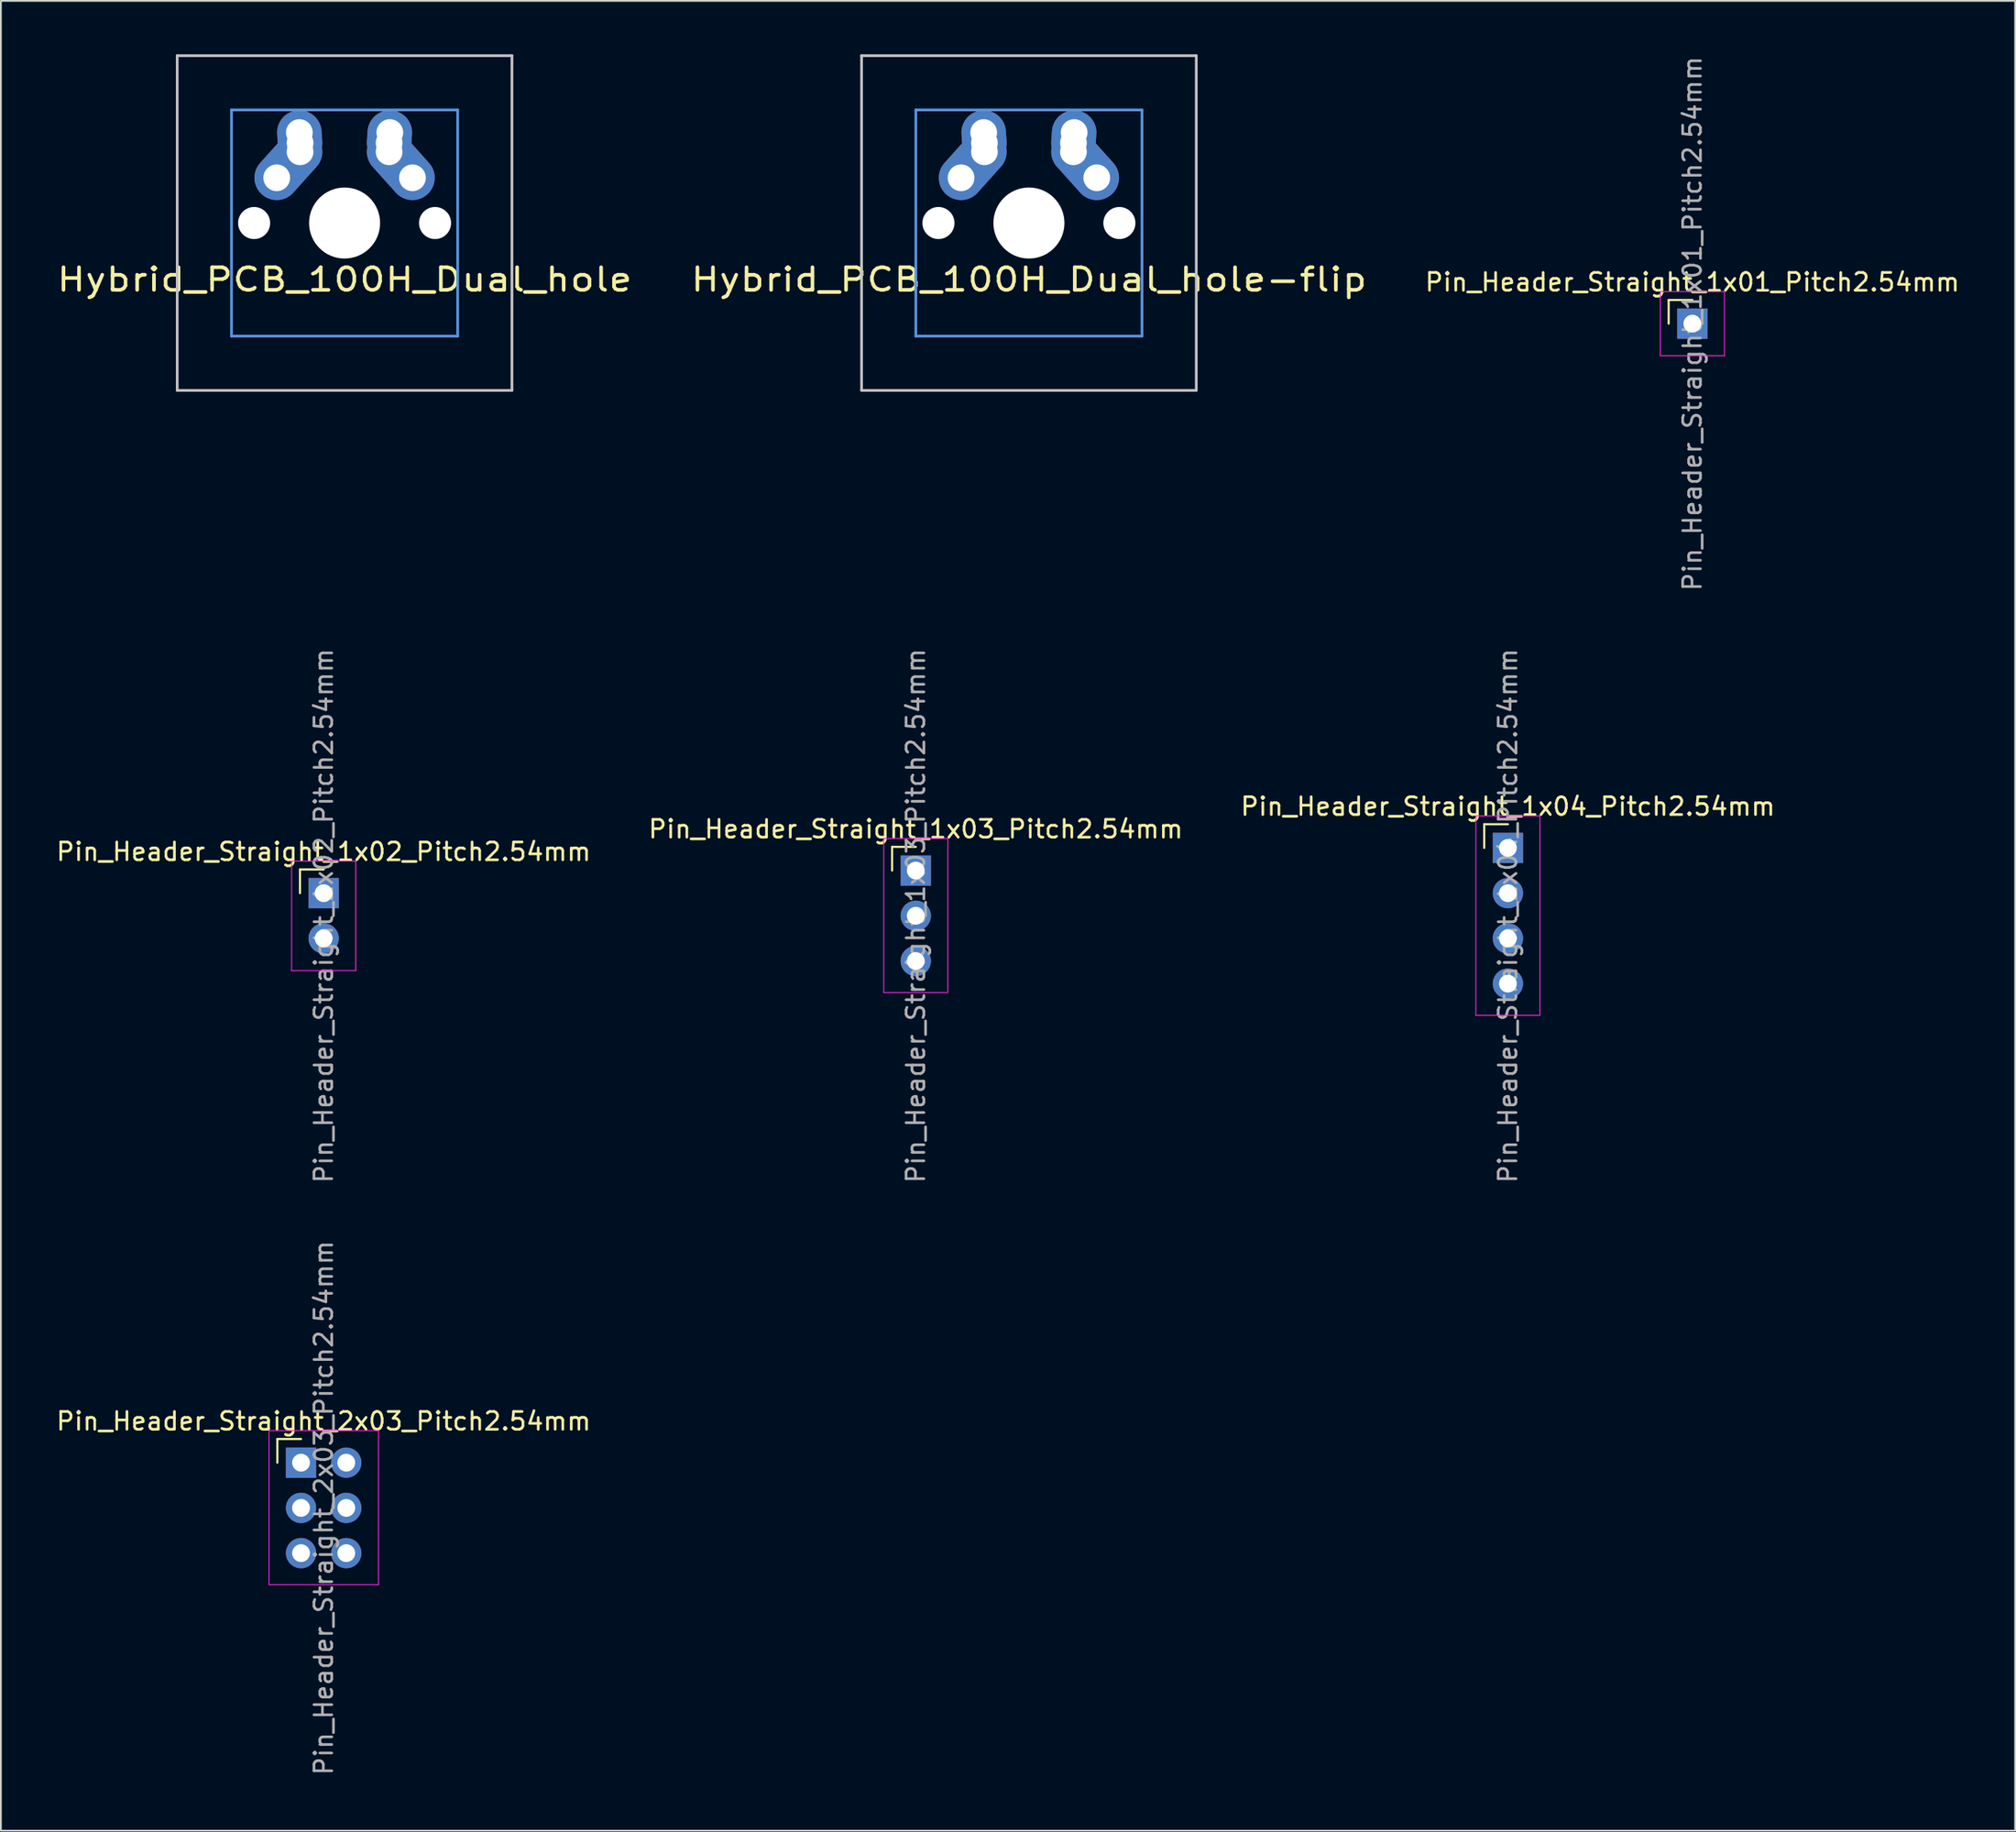
<source format=kicad_pcb>
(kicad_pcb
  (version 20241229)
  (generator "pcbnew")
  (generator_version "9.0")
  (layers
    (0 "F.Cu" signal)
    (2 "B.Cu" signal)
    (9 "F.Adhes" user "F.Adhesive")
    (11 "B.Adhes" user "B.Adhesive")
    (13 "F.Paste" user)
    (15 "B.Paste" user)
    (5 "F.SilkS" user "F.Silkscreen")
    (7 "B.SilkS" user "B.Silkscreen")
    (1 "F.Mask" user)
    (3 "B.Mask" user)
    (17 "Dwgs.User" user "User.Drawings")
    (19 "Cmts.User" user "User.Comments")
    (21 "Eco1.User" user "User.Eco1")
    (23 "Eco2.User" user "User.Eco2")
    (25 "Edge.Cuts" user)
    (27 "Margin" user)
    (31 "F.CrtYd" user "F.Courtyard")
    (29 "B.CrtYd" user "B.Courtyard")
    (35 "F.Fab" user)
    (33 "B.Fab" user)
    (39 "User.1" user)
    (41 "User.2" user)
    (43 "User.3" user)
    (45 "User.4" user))
  (footprint "Pin_Header_Straight_1x02_Pitch2.54mm"
    (layer "F.Cu")
    (at 15.125 47.105)
    (property "Reference" "Pin_Header_Straight_1x02_Pitch2.54mm" (at 0 -2.33 0) (layer "F.SilkS") (effects (font (size 1 1) (thickness 0.15))))
    (attr through_hole)
    (fp_line (start -1.33 -1.33) (end 0 -1.33) (stroke (width 0.12) (type solid)) (layer "F.SilkS"))
    (fp_line (start -1.33 0) (end -1.33 -1.33) (stroke (width 0.12) (type solid)) (layer "F.SilkS"))
    (fp_line (start -1.8 -1.8) (end -1.8 4.35) (stroke (width 0.05) (type solid)) (layer "F.CrtYd"))
    (fp_line (start -1.8 4.35) (end 1.8 4.35) (stroke (width 0.05) (type solid)) (layer "F.CrtYd"))
    (fp_line (start 1.8 -1.8) (end -1.8 -1.8) (stroke (width 0.05) (type solid)) (layer "F.CrtYd"))
    (fp_line (start 1.8 4.35) (end 1.8 -1.8) (stroke (width 0.05) (type solid)) (layer "F.CrtYd"))
    (fp_text user "${REFERENCE}" (at 0 1.27 90) (layer "F.Fab") (effects (font (size 1 1) (thickness 0.15))))
    (pad "1" thru_hole rect (at 0 0) (size 1.7 1.7) (drill 1) (layers "*.Cu" "*.Mask"))
    (pad "2" thru_hole oval (at 0 2.54) (size 1.7 1.7) (drill 1) (layers "*.Cu" "*.Mask")))
  (footprint "Pin_Header_Straight_1x03_Pitch2.54mm"
    (layer "F.Cu")
    (at 48.375 45.835)
    (property "Reference" "Pin_Header_Straight_1x03_Pitch2.54mm" (at 0 -2.33 0) (layer "F.SilkS") (effects (font (size 1 1) (thickness 0.15))))
    (attr through_hole)
    (fp_line (start -1.33 -1.33) (end 0 -1.33) (stroke (width 0.12) (type solid)) (layer "F.SilkS"))
    (fp_line (start -1.33 0) (end -1.33 -1.33) (stroke (width 0.12) (type solid)) (layer "F.SilkS"))
    (fp_line (start -1.8 -1.8) (end -1.8 6.85) (stroke (width 0.05) (type solid)) (layer "F.CrtYd"))
    (fp_line (start -1.8 6.85) (end 1.8 6.85) (stroke (width 0.05) (type solid)) (layer "F.CrtYd"))
    (fp_line (start 1.8 -1.8) (end -1.8 -1.8) (stroke (width 0.05) (type solid)) (layer "F.CrtYd"))
    (fp_line (start 1.8 6.85) (end 1.8 -1.8) (stroke (width 0.05) (type solid)) (layer "F.CrtYd"))
    (fp_text user "${REFERENCE}" (at 0 2.54 90) (layer "F.Fab") (effects (font (size 1 1) (thickness 0.15))))
    (pad "1" thru_hole rect (at 0 0) (size 1.7 1.7) (drill 1) (layers "*.Cu" "*.Mask"))
    (pad "2" thru_hole oval (at 0 2.54) (size 1.7 1.7) (drill 1) (layers "*.Cu" "*.Mask"))
    (pad "3" thru_hole oval (at 0 5.08) (size 1.7 1.7) (drill 1) (layers "*.Cu" "*.Mask")))
  (footprint "Pin_Header_Straight_2x03_Pitch2.54mm"
    (layer "F.Cu")
    (at 13.855 79.085)
    (property "Reference" "Pin_Header_Straight_2x03_Pitch2.54mm" (at 1.27 -2.33 0) (layer "F.SilkS") (effects (font (size 1 1) (thickness 0.15))))
    (attr through_hole)
    (fp_line (start -1.33 -1.33) (end 0 -1.33) (stroke (width 0.12) (type solid)) (layer "F.SilkS"))
    (fp_line (start -1.33 0) (end -1.33 -1.33) (stroke (width 0.12) (type solid)) (layer "F.SilkS"))
    (fp_line (start -1.8 -1.8) (end -1.8 6.85) (stroke (width 0.05) (type solid)) (layer "F.CrtYd"))
    (fp_line (start -1.8 6.85) (end 4.35 6.85) (stroke (width 0.05) (type solid)) (layer "F.CrtYd"))
    (fp_line (start 4.35 -1.8) (end -1.8 -1.8) (stroke (width 0.05) (type solid)) (layer "F.CrtYd"))
    (fp_line (start 4.35 6.85) (end 4.35 -1.8) (stroke (width 0.05) (type solid)) (layer "F.CrtYd"))
    (fp_text user "${REFERENCE}" (at 1.27 2.54 90) (layer "F.Fab") (effects (font (size 1 1) (thickness 0.15))))
    (pad "1" thru_hole rect (at 0 0) (size 1.7 1.7) (drill 1) (layers "*.Cu" "*.Mask"))
    (pad "2" thru_hole oval (at 2.54 0) (size 1.7 1.7) (drill 1) (layers "*.Cu" "*.Mask"))
    (pad "3" thru_hole oval (at 0 2.54) (size 1.7 1.7) (drill 1) (layers "*.Cu" "*.Mask"))
    (pad "4" thru_hole oval (at 2.54 2.54) (size 1.7 1.7) (drill 1) (layers "*.Cu" "*.Mask"))
    (pad "5" thru_hole oval (at 0 5.08) (size 1.7 1.7) (drill 1) (layers "*.Cu" "*.Mask"))
    (pad "6" thru_hole oval (at 2.54 5.08) (size 1.7 1.7) (drill 1) (layers "*.Cu" "*.Mask")))
  (footprint "Pin_Header_Straight_1x01_Pitch2.54mm"
    (layer "F.Cu")
    (at 91.984 15.125)
    (property "Reference" "Pin_Header_Straight_1x01_Pitch2.54mm" (at 0 -2.33 0) (layer "F.SilkS") (effects (font (size 1 1) (thickness 0.15))))
    (attr through_hole)
    (fp_line (start -1.33 -1.33) (end 0 -1.33) (stroke (width 0.12) (type solid)) (layer "F.SilkS"))
    (fp_line (start -1.33 0) (end -1.33 -1.33) (stroke (width 0.12) (type solid)) (layer "F.SilkS"))
    (fp_line (start -1.8 -1.8) (end -1.8 1.8) (stroke (width 0.05) (type solid)) (layer "F.CrtYd"))
    (fp_line (start -1.8 1.8) (end 1.8 1.8) (stroke (width 0.05) (type solid)) (layer "F.CrtYd"))
    (fp_line (start 1.8 -1.8) (end -1.8 -1.8) (stroke (width 0.05) (type solid)) (layer "F.CrtYd"))
    (fp_line (start 1.8 1.8) (end 1.8 -1.8) (stroke (width 0.05) (type solid)) (layer "F.CrtYd"))
    (fp_text user "${REFERENCE}" (at 0 0 90) (layer "F.Fab") (effects (font (size 1 1) (thickness 0.15))))
    (pad "1" thru_hole rect (at 0 0) (size 1.7 1.7) (drill 1) (layers "*.Cu" "*.Mask")))
  (footprint "Hybrid_PCB_100H_Dual_hole-flip"
    (layer "F.Cu")
    (at 54.729 9.474)
    (property "Reference" "Hybrid_PCB_100H_Dual_hole-flip" (at 0 3.175 0) (layer "F.SilkS") (effects (font (size 1.27 1.524) (thickness 0.203))))
    (attr through_hole)
    (fp_line (start -9.398 -9.398) (end 9.398 -9.398) (stroke (width 0.152) (type solid)) (layer "Dwgs.User"))
    (fp_line (start -9.398 9.398) (end -9.398 -9.398) (stroke (width 0.152) (type solid)) (layer "Dwgs.User"))
    (fp_line (start 9.398 -9.398) (end 9.398 9.398) (stroke (width 0.152) (type solid)) (layer "Dwgs.User"))
    (fp_line (start 9.398 9.398) (end -9.398 9.398) (stroke (width 0.152) (type solid)) (layer "Dwgs.User"))
    (fp_line (start -6.35 -6.35) (end 6.35 -6.35) (stroke (width 0.152) (type solid)) (layer "Cmts.User"))
    (fp_line (start -6.35 6.35) (end -6.35 -6.35) (stroke (width 0.152) (type solid)) (layer "Cmts.User"))
    (fp_line (start 6.35 -6.35) (end 6.35 6.35) (stroke (width 0.152) (type solid)) (layer "Cmts.User"))
    (fp_line (start 6.35 6.35) (end -6.35 6.35) (stroke (width 0.152) (type solid)) (layer "Cmts.User"))
    (fp_line (start -6.985 -6.985) (end 6.985 -6.985) (stroke (width 0.152) (type solid)) (layer "Eco2.User"))
    (fp_line (start -6.985 6.985) (end -6.985 -6.985) (stroke (width 0.152) (type solid)) (layer "Eco2.User"))
    (fp_line (start 6.985 -6.985) (end 6.985 6.985) (stroke (width 0.152) (type solid)) (layer "Eco2.User"))
    (fp_line (start 6.985 6.985) (end -6.985 6.985) (stroke (width 0.152) (type solid)) (layer "Eco2.User"))
    (pad "" np_thru_hole circle (at -5.08 0) (size 1.8 1.8) (drill 1.8) (layers "*.Cu"))
    (pad "" np_thru_hole circle (at 0 0) (size 3.988 3.988) (drill 3.988) (layers "*.Cu"))
    (pad "" np_thru_hole circle (at 5.08 0) (size 1.8 1.8) (drill 1.8) (layers "*.Cu"))
    (pad "1" thru_hole circle (at 2.5 -4.5 330.95) (size 2 2) (drill 1.5) (layers "*.Cu" "*.Mask"))
    (pad "1" thru_hole circle (at 2.5 -4) (size 2 2) (drill 1.5) (layers "*.Cu" "*.Mask"))
    (pad "1" smd oval (at 2.52 -4.79 356.055) (size 2.5 3.081) (layers "F.Cu" "F.Mask" "F.Paste"))
    (pad "1" smd oval (at 2.52 -4.79 356.055) (size 2.5 3.081) (layers "B.Cu" "B.Mask" "B.Paste"))
    (pad "1" thru_hole circle (at 2.54 -5.08 330.95) (size 2 2) (drill 1.5) (layers "*.Cu" "*.Mask"))
    (pad "1" smd oval (at 3.155 -3.27 221.9) (size 2.5 4.462) (layers "F.Cu" "F.Mask" "F.Paste"))
    (pad "1" smd oval (at 3.155 -3.27 221.9) (size 2.5 4.462) (layers "B.Cu" "B.Mask" "B.Paste"))
    (pad "1" thru_hole circle (at 3.81 -2.54 330.95) (size 2 2) (drill 1.5) (layers "*.Cu" "*.Mask"))
    (pad "2" thru_hole circle (at -3.81 -2.54 330.95) (size 2 2) (drill 1.5) (layers "*.Cu" "*.Mask"))
    (pad "2" smd oval (at -3.155 -3.27 138.1) (size 2.5 4.462) (layers "F.Cu" "F.Mask" "F.Paste"))
    (pad "2" smd oval (at -3.155 -3.27 138.1) (size 2.5 4.462) (layers "B.Cu" "B.Mask" "B.Paste"))
    (pad "2" thru_hole circle (at -2.54 -5.08 330.95) (size 2 2) (drill 1.5) (layers "*.Cu" "*.Mask"))
    (pad "2" smd oval (at -2.52 -4.79 3.945) (size 2.5 3.081) (layers "F.Cu" "F.Mask" "F.Paste"))
    (pad "2" smd oval (at -2.52 -4.79 3.945) (size 2.5 3.081) (layers "B.Cu" "B.Mask" "B.Paste"))
    (pad "2" thru_hole circle (at -2.5 -4.5 330.95) (size 2 2) (drill 1.5) (layers "*.Cu" "*.Mask"))
    (pad "2" thru_hole circle (at -2.5 -4 330.95) (size 2 2) (drill 1.5) (layers "*.Cu" "*.Mask")))
  (footprint "Hybrid_PCB_100H_Dual_hole"
    (layer "F.Cu")
    (at 16.3 9.474)
    (property "Reference" "Hybrid_PCB_100H_Dual_hole" (at 0 3.175 0) (layer "F.SilkS") (effects (font (size 1.27 1.524) (thickness 0.203))))
    (attr through_hole)
    (fp_line (start -9.398 -9.398) (end 9.398 -9.398) (stroke (width 0.152) (type solid)) (layer "Dwgs.User"))
    (fp_line (start -9.398 9.398) (end -9.398 -9.398) (stroke (width 0.152) (type solid)) (layer "Dwgs.User"))
    (fp_line (start 9.398 -9.398) (end 9.398 9.398) (stroke (width 0.152) (type solid)) (layer "Dwgs.User"))
    (fp_line (start 9.398 9.398) (end -9.398 9.398) (stroke (width 0.152) (type solid)) (layer "Dwgs.User"))
    (fp_line (start -6.35 -6.35) (end 6.35 -6.35) (stroke (width 0.152) (type solid)) (layer "Cmts.User"))
    (fp_line (start -6.35 6.35) (end -6.35 -6.35) (stroke (width 0.152) (type solid)) (layer "Cmts.User"))
    (fp_line (start 6.35 -6.35) (end 6.35 6.35) (stroke (width 0.152) (type solid)) (layer "Cmts.User"))
    (fp_line (start 6.35 6.35) (end -6.35 6.35) (stroke (width 0.152) (type solid)) (layer "Cmts.User"))
    (fp_line (start -6.985 -6.985) (end 6.985 -6.985) (stroke (width 0.152) (type solid)) (layer "Eco2.User"))
    (fp_line (start -6.985 6.985) (end -6.985 -6.985) (stroke (width 0.152) (type solid)) (layer "Eco2.User"))
    (fp_line (start 6.985 -6.985) (end 6.985 6.985) (stroke (width 0.152) (type solid)) (layer "Eco2.User"))
    (fp_line (start 6.985 6.985) (end -6.985 6.985) (stroke (width 0.152) (type solid)) (layer "Eco2.User"))
    (pad "" np_thru_hole circle (at -5.08 0) (size 1.8 1.8) (drill 1.8) (layers "*.Cu"))
    (pad "" np_thru_hole circle (at 0 0) (size 3.988 3.988) (drill 3.988) (layers "*.Cu"))
    (pad "" np_thru_hole circle (at 5.08 0) (size 1.8 1.8) (drill 1.8) (layers "*.Cu"))
    (pad "1" thru_hole circle (at -3.81 -2.54 330.95) (size 2 2) (drill 1.5) (layers "*.Cu" "*.Mask"))
    (pad "1" smd oval (at -3.155 -3.27 138.1) (size 2.5 4.462) (layers "F.Cu" "F.Mask" "F.Paste"))
    (pad "1" smd oval (at -3.155 -3.27 138.1) (size 2.5 4.462) (layers "B.Cu" "B.Mask" "B.Paste"))
    (pad "1" thru_hole circle (at -2.54 -5.08 330.95) (size 2 2) (drill 1.5) (layers "*.Cu" "*.Mask"))
    (pad "1" smd oval (at -2.52 -4.79 3.945) (size 2.5 3.081) (layers "F.Cu" "F.Mask" "F.Paste"))
    (pad "1" smd oval (at -2.52 -4.79 3.945) (size 2.5 3.081) (layers "B.Cu" "B.Mask" "B.Paste"))
    (pad "1" thru_hole circle (at -2.5 -4.5 330.95) (size 2 2) (drill 1.5) (layers "*.Cu" "*.Mask"))
    (pad "1" thru_hole circle (at -2.5 -4 330.95) (size 2 2) (drill 1.5) (layers "*.Cu" "*.Mask"))
    (pad "2" thru_hole circle (at 2.5 -4.5 330.95) (size 2 2) (drill 1.5) (layers "*.Cu" "*.Mask"))
    (pad "2" thru_hole circle (at 2.5 -4) (size 2 2) (drill 1.5) (layers "*.Cu" "*.Mask"))
    (pad "2" smd oval (at 2.52 -4.79 356.055) (size 2.5 3.081) (layers "F.Cu" "F.Mask" "F.Paste"))
    (pad "2" smd oval (at 2.52 -4.79 356.055) (size 2.5 3.081) (layers "B.Cu" "B.Mask" "B.Paste"))
    (pad "2" thru_hole circle (at 2.54 -5.08 330.95) (size 2 2) (drill 1.5) (layers "*.Cu" "*.Mask"))
    (pad "2" smd oval (at 3.155 -3.27 221.9) (size 2.5 4.462) (layers "F.Cu" "F.Mask" "F.Paste"))
    (pad "2" smd oval (at 3.155 -3.27 221.9) (size 2.5 4.462) (layers "B.Cu" "B.Mask" "B.Paste"))
    (pad "2" thru_hole circle (at 3.81 -2.54 330.95) (size 2 2) (drill 1.5) (layers "*.Cu" "*.Mask")))
  (footprint "Pin_Header_Straight_1x04_Pitch2.54mm"
    (layer "F.Cu")
    (at 81.625 44.565)
    (property "Reference" "Pin_Header_Straight_1x04_Pitch2.54mm" (at 0 -2.33 0) (layer "F.SilkS") (effects (font (size 1 1) (thickness 0.15))))
    (attr through_hole)
    (fp_line (start -1.33 -1.33) (end 0 -1.33) (stroke (width 0.12) (type solid)) (layer "F.SilkS"))
    (fp_line (start -1.33 0) (end -1.33 -1.33) (stroke (width 0.12) (type solid)) (layer "F.SilkS"))
    (fp_line (start -1.8 -1.8) (end -1.8 9.4) (stroke (width 0.05) (type solid)) (layer "F.CrtYd"))
    (fp_line (start -1.8 9.4) (end 1.8 9.4) (stroke (width 0.05) (type solid)) (layer "F.CrtYd"))
    (fp_line (start 1.8 -1.8) (end -1.8 -1.8) (stroke (width 0.05) (type solid)) (layer "F.CrtYd"))
    (fp_line (start 1.8 9.4) (end 1.8 -1.8) (stroke (width 0.05) (type solid)) (layer "F.CrtYd"))
    (fp_text user "${REFERENCE}" (at 0 3.81 90) (layer "F.Fab") (effects (font (size 1 1) (thickness 0.15))))
    (pad "1" thru_hole rect (at 0 0) (size 1.7 1.7) (drill 1) (layers "*.Cu" "*.Mask"))
    (pad "2" thru_hole oval (at 0 2.54) (size 1.7 1.7) (drill 1) (layers "*.Cu" "*.Mask"))
    (pad "3" thru_hole oval (at 0 5.08) (size 1.7 1.7) (drill 1) (layers "*.Cu" "*.Mask"))
    (pad "4" thru_hole oval (at 0 7.62) (size 1.7 1.7) (drill 1) (layers "*.Cu" "*.Mask")))
  (gr_rect
    (start -3 -3)
    (end 110.109 99.75)
    (stroke (width 0.1) (type default))
    (fill no)
    (layer "Edge.Cuts")))
</source>
